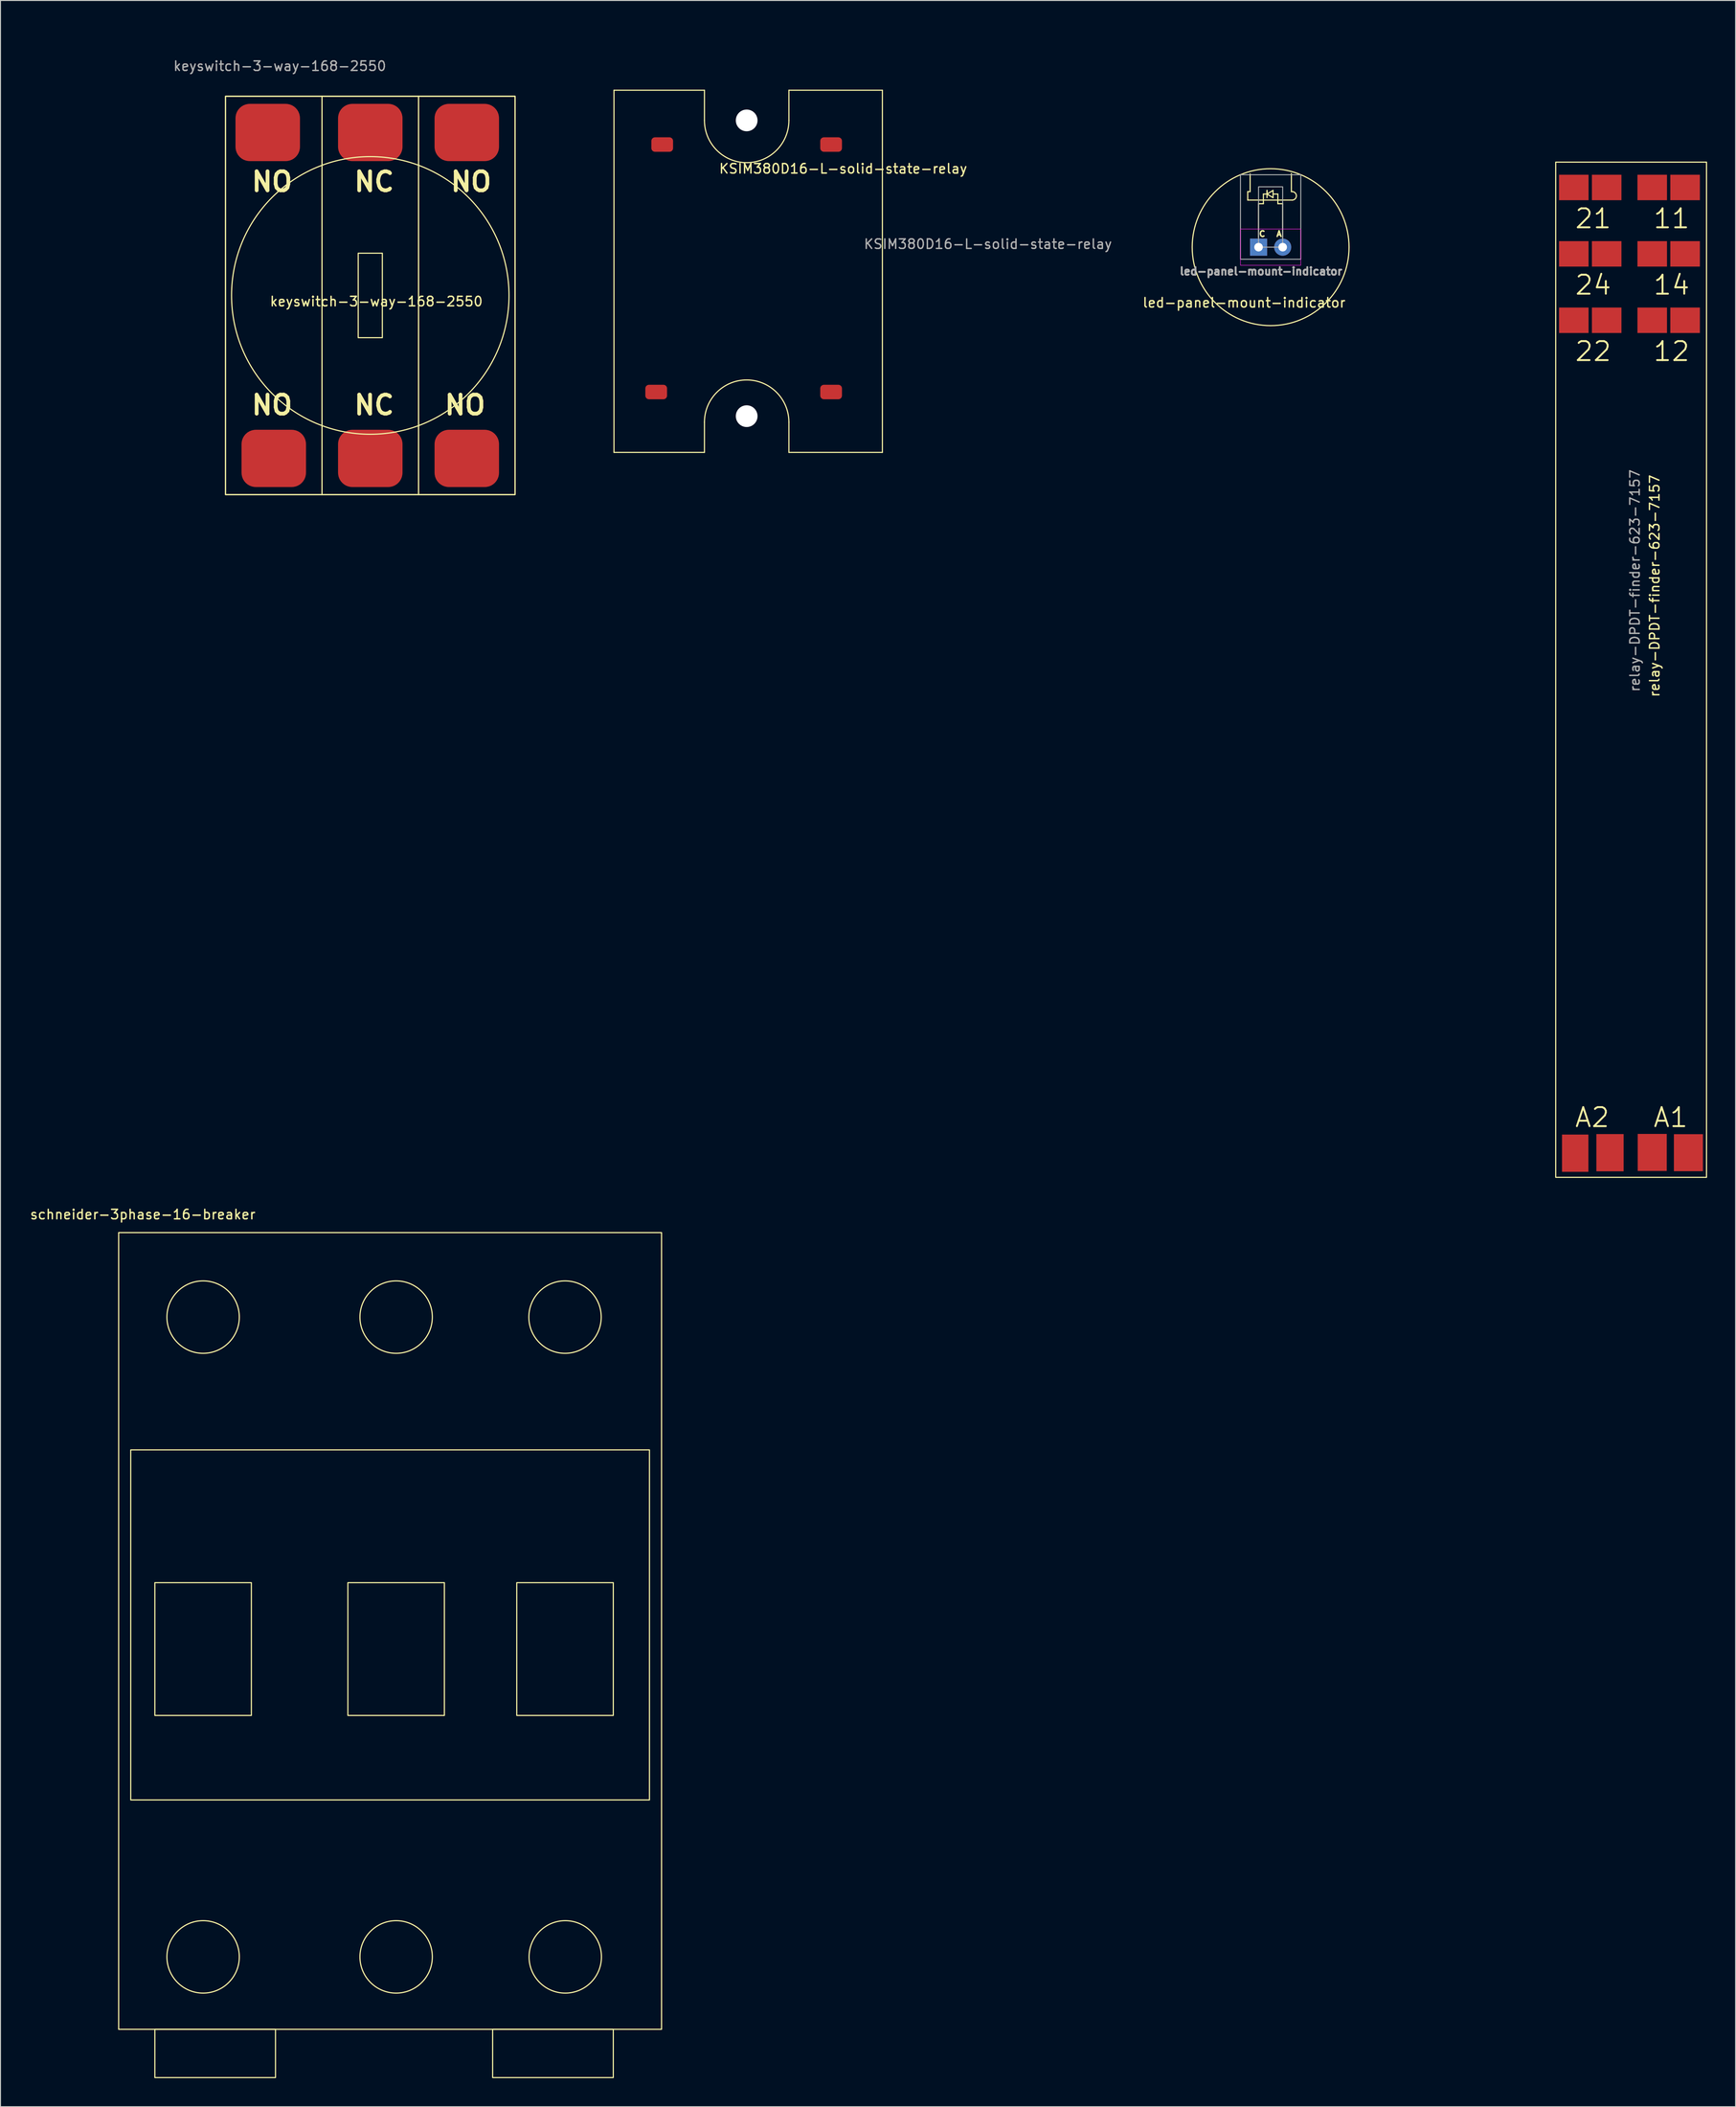
<source format=kicad_pcb>
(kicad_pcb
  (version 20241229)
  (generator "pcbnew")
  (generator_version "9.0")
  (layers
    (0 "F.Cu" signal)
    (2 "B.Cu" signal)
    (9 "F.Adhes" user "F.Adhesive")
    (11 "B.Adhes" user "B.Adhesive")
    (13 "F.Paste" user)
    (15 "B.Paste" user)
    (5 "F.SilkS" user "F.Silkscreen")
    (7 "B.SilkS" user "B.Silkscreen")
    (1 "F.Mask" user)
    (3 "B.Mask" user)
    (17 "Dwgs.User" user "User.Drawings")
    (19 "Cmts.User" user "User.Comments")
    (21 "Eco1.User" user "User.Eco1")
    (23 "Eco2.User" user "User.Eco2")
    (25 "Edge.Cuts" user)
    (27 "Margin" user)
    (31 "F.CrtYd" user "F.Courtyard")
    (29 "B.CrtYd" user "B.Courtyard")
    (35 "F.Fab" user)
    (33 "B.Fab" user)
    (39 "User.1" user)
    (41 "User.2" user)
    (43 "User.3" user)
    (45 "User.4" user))
  (footprint "led-panel-mount-indicator"
    (layer "F.Cu")
    (at 129.442 22.953)
    (property "Reference" "led-panel-mount-indicator" (at -1.524 5.842 0) (layer "F.SilkS") (effects (font (size 1 1) (thickness 0.15))))
    (attr through_hole)
    (fp_line (start -1.143 -4.953) (end -1.143 -5.842) (stroke (width 0.12) (type solid)) (layer "F.SilkS"))
    (fp_line (start -1.143 -4.953) (end 3.556 -4.953) (stroke (width 0.12) (type solid)) (layer "F.SilkS"))
    (fp_line (start -0.889 -7.699) (end -0.889 -5.842) (stroke (width 0.12) (type solid)) (layer "F.SilkS"))
    (fp_line (start -0.889 -5.842) (end -1.143 -5.842) (stroke (width 0.12) (type solid)) (layer "F.SilkS"))
    (fp_line (start 0 -4.572) (end 0 -1.016) (stroke (width 0.12) (type solid)) (layer "F.SilkS"))
    (fp_line (start 0.508 -5.588) (end 0.889 -5.588) (stroke (width 0.12) (type solid)) (layer "F.SilkS"))
    (fp_line (start 0.508 -4.572) (end 0 -4.572) (stroke (width 0.12) (type solid)) (layer "F.SilkS"))
    (fp_line (start 0.508 -4.572) (end 0.508 -5.588) (stroke (width 0.12) (type solid)) (layer "F.SilkS"))
    (fp_line (start 0.889 -5.969) (end 0.889 -5.207) (stroke (width 0.12) (type solid)) (layer "F.SilkS"))
    (fp_line (start 0.889 -5.588) (end 0.889 -5.969) (stroke (width 0.12) (type solid)) (layer "F.SilkS"))
    (fp_line (start 0.889 -5.588) (end 1.524 -5.207) (stroke (width 0.12) (type solid)) (layer "F.SilkS"))
    (fp_line (start 1.524 -5.969) (end 0.889 -5.588) (stroke (width 0.12) (type solid)) (layer "F.SilkS"))
    (fp_line (start 1.524 -5.588) (end 2.032 -5.588) (stroke (width 0.12) (type solid)) (layer "F.SilkS"))
    (fp_line (start 1.524 -5.207) (end 1.524 -5.969) (stroke (width 0.12) (type solid)) (layer "F.SilkS"))
    (fp_line (start 2.032 -4.572) (end 2.032 -5.588) (stroke (width 0.12) (type solid)) (layer "F.SilkS"))
    (fp_line (start 2.032 -4.572) (end 2.54 -4.572) (stroke (width 0.12) (type solid)) (layer "F.SilkS"))
    (fp_line (start 2.54 -4.572) (end 2.54 -1.016) (stroke (width 0.12) (type solid)) (layer "F.SilkS"))
    (fp_line (start 3.455 -7.747) (end 3.455 -5.842) (stroke (width 0.12) (type solid)) (layer "F.SilkS"))
    (fp_line (start 3.455 -5.842) (end 3.582 -5.842) (stroke (width 0.12) (type solid)) (layer "F.SilkS"))
    (fp_arc (start 3.581662 -5.842) (mid 3.980172 -5.385626) (end 3.556 -4.953) (stroke (width 0.12) (type solid)) (layer "F.SilkS"))
    (fp_circle (center 1.27 0) (end 9.525 0) (stroke (width 0.12) (type default)) (fill no) (layer "F.SilkS"))
    (fp_rect (start -1.905 -1.905) (end 4.445 1.905) (stroke (width 0.05) (type solid)) (fill no) (layer "F.CrtYd"))
    (fp_rect (start -1.905 1.27) (end 4.445 -7.62) (stroke (width 0.1) (type solid)) (fill no) (layer "F.Fab"))
    (fp_rect (start 0 -6.35) (end 2.54 0) (stroke (width 0.1) (type solid)) (fill no) (layer "F.Fab"))
    (fp_text user "C" (at 0.381 -1.397 0) (unlocked yes) (layer "F.SilkS") (effects (font (size 0.6 0.6) (thickness 0.15))))
    (fp_text user "A" (at 2.159 -1.397 0) (unlocked yes) (layer "F.SilkS") (effects (font (size 0.6 0.6) (thickness 0.15))))
    (fp_text user "${REFERENCE}" (at 0.254 2.54 0) (layer "F.Fab") (effects (font (size 0.8 0.8) (thickness 0.2))))
    (dimension (type aligned) (layer "User.1") (pts (xy 122.838 23.588) (xy 138.967 23.588)) (height -21.59) (format (prefix "") (suffix "") (units 3) (units_format 1) (precision 4)) (style (thickness 0.12) (arrow_length 1.27) (text_position_mode 0) (arrow_direction outward) (extension_height 0.586) (extension_offset 0.5) (keep_text_aligned yes)) (gr_text "16.1290 mm" (at 130.903 0.848 0) (layer "User.1") (effects (font (size 1 1) (thickness 0.15)))))
    (pad "1" thru_hole rect (at 0 0) (size 1.8 1.8) (drill 0.9) (layers "*.Cu" "*.Mask"))
    (pad "2" thru_hole circle (at 2.54 0) (size 1.8 1.8) (drill 0.9) (layers "*.Cu" "*.Mask")))
  (footprint "relay-DPDT-finder-623-7157"
    (layer "F.Cu")
    (at 168.344 23.659)
    (property "Reference" "relay-DPDT-finder-623-7157" (at 2.794 34.925 90) (unlocked yes) (layer "F.SilkS") (effects (font (size 1 1) (thickness 0.15))))
    (attr smd)
    (fp_rect (start -7.62 -9.652) (end 8.255 97.155) (stroke (width 0.12) (type default)) (fill no) (layer "F.SilkS"))
    (fp_text user "12" (at 2.54 11.43 0) (unlocked yes) (layer "F.SilkS") (effects (font (size 2 2) (thickness 0.2)) (justify left bottom)))
    (fp_text user "21" (at -5.715 -2.54 0) (unlocked yes) (layer "F.SilkS") (effects (font (size 2 2) (thickness 0.2)) (justify left bottom)))
    (fp_text user "14" (at 2.54 4.445 0) (unlocked yes) (layer "F.SilkS") (effects (font (size 2 2) (thickness 0.2)) (justify left bottom)))
    (fp_text user "A1" (at 2.54 92.022 0) (unlocked yes) (layer "F.SilkS") (effects (font (size 2 2) (thickness 0.2)) (justify left bottom)))
    (fp_text user "22" (at -5.715 11.43 0) (unlocked yes) (layer "F.SilkS") (effects (font (size 2 2) (thickness 0.2)) (justify left bottom)))
    (fp_text user "24" (at -5.715 4.445 0) (unlocked yes) (layer "F.SilkS") (effects (font (size 2 2) (thickness 0.2)) (justify left bottom)))
    (fp_text user "11" (at 2.54 -2.54 0) (unlocked yes) (layer "F.SilkS") (effects (font (size 2 2) (thickness 0.2)) (justify left bottom)))
    (fp_text user "A2" (at -5.715 92.022 0) (unlocked yes) (layer "F.SilkS") (effects (font (size 2 2) (thickness 0.2)) (justify left bottom)))
    (fp_text user "${REFERENCE}" (at 0.715 34.371 90) (layer "F.Fab") (effects (font (size 1 1) (thickness 0.15))))
    (dimension (type aligned) (layer "User.1") (pts (xy 160.724 120.814) (xy 160.724 14.134)) (height -12.136) (format (prefix "") (suffix "") (units 3) (units_format 1) (precision 4)) (style (thickness 0.12) (arrow_length 1.27) (text_position_mode 0) (arrow_direction outward) (extension_height 0.586) (extension_offset 0.5) (keep_text_aligned yes)) (gr_text "106.6800 mm" (at 147.438 67.474 90) (layer "User.1") (effects (font (size 1 1) (thickness 0.15)))))
    (dimension (type aligned) (layer "User.1") (pts (xy 160.724 14.134) (xy 176.599 14.134)) (height -12.136) (format (prefix "") (suffix "") (units 3) (units_format 1) (precision 4)) (style (thickness 0.12) (arrow_length 1.27) (text_position_mode 0) (arrow_direction outward) (extension_height 0.586) (extension_offset 0.5) (keep_text_aligned yes)) (gr_text "15.8750 mm" (at 168.661 0.848 0) (layer "User.1") (effects (font (size 1 1) (thickness 0.15)))))
    (pad "11" smd rect (at 2.54 -6.985) (size 3.109 2.678) (layers "F.Cu" "F.Mask" "F.Paste"))
    (pad "11" smd rect (at 6 -6.985) (size 3.109 2.678) (layers "F.Cu" "F.Mask" "F.Paste"))
    (pad "12" smd rect (at 2.54 6.985) (size 3.109 2.678) (layers "F.Cu" "F.Mask" "F.Paste"))
    (pad "12" smd rect (at 6 6.985) (size 3.109 2.678) (layers "F.Cu" "F.Mask" "F.Paste"))
    (pad "14" smd rect (at 2.54 0) (size 3.109 2.678) (layers "F.Cu" "F.Mask" "F.Paste"))
    (pad "14" smd rect (at 6 0) (size 3.109 2.678) (layers "F.Cu" "F.Mask" "F.Paste"))
    (pad "21" smd rect (at -5.715 -6.985) (size 3.109 2.678) (layers "F.Cu" "F.Mask" "F.Paste"))
    (pad "21" smd rect (at -2.255 -6.985) (size 3.109 2.678) (layers "F.Cu" "F.Mask" "F.Paste"))
    (pad "22" smd rect (at -5.715 6.985) (size 3.109 2.678) (layers "F.Cu" "F.Mask" "F.Paste"))
    (pad "22" smd rect (at -2.255 6.985) (size 3.109 2.678) (layers "F.Cu" "F.Mask" "F.Paste"))
    (pad "24" smd rect (at -5.715 0) (size 3.109 2.678) (layers "F.Cu" "F.Mask" "F.Paste"))
    (pad "24" smd rect (at -2.255 0) (size 3.109 2.678) (layers "F.Cu" "F.Mask" "F.Paste"))
    (pad "A1" smd rect (at 2.54 94.535) (size 3.056 3.895) (layers "F.Cu" "F.Mask" "F.Paste"))
    (pad "A1" smd rect (at 6.35 94.562) (size 3.056 3.895) (layers "F.Cu" "F.Mask" "F.Paste"))
    (pad "A2" smd rect (at -5.567 94.615) (size 2.779 3.917) (layers "F.Cu" "F.Mask" "F.Paste"))
    (pad "A2" smd rect (at -1.905 94.562) (size 2.867 3.917) (layers "F.Cu" "F.Mask" "F.Paste")))
  (footprint "KSIM380D16-L-solid-state-relay"
    (layer "F.Cu")
    (at 75.554 14.698)
    (property "Reference" "KSIM380D16-L-solid-state-relay" (at 10.16 0 0) (layer "F.SilkS") (effects (font (size 1 1) (thickness 0.15))))
    (attr smd)
    (fp_line (start -13.97 -8.255) (end -13.97 29.845) (stroke (width 0.12) (type default)) (layer "F.SilkS"))
    (fp_line (start -13.97 29.845) (end -4.445 29.845) (stroke (width 0.12) (type default)) (layer "F.SilkS"))
    (fp_line (start -4.445 -8.255) (end -13.97 -8.255) (stroke (width 0.12) (type default)) (layer "F.SilkS"))
    (fp_line (start -4.445 -5.08) (end -4.445 -8.255) (stroke (width 0.12) (type default)) (layer "F.SilkS"))
    (fp_line (start -4.445 29.845) (end -4.445 26.67) (stroke (width 0.12) (type default)) (layer "F.SilkS"))
    (fp_line (start 4.445 -5.08) (end 4.445 -8.255) (stroke (width 0.12) (type default)) (layer "F.SilkS"))
    (fp_line (start 4.445 26.67) (end 4.445 29.845) (stroke (width 0.12) (type default)) (layer "F.SilkS"))
    (fp_line (start 4.445 29.845) (end 14.287 29.845) (stroke (width 0.12) (type default)) (layer "F.SilkS"))
    (fp_line (start 14.287 -8.255) (end 4.445 -8.255) (stroke (width 0.12) (type default)) (layer "F.SilkS"))
    (fp_line (start 14.287 29.845) (end 14.287 -8.255) (stroke (width 0.12) (type default)) (layer "F.SilkS"))
    (fp_arc (start -4.445 26.67) (mid 0 22.225) (end 4.445 26.67) (stroke (width 0.12) (type default)) (layer "F.SilkS"))
    (fp_arc (start 4.445 -5.08) (mid 0 -0.635) (end -4.445 -5.08) (stroke (width 0.12) (type default)) (layer "F.SilkS"))
    (fp_text user "${REFERENCE}" (at 25.4 7.93 0) (layer "F.Fab") (effects (font (size 1 1) (thickness 0.15))))
    (dimension (type aligned) (layer "User.1") (pts (xy 75.554 9.618) (xy 75.554 40.733)) (height 0) (format (prefix "") (suffix "") (units 3) (units_format 1) (precision 4)) (style (thickness 0.12) (arrow_length 1.27) (text_position_mode 0) (arrow_direction outward) (extension_height 0.586) (extension_offset 0.5) (keep_text_aligned yes)) (gr_text "31.1150 mm" (at 74.404 25.176 90) (layer "User.1") (effects (font (size 1 1) (thickness 0.15)))))
    (dimension (type aligned) (layer "User.1") (pts (xy 61.584 6.443) (xy 89.842 6.443)) (height -4.445) (format (prefix "") (suffix "") (units 3) (units_format 1) (precision 4)) (style (thickness 0.12) (arrow_length 1.27) (text_position_mode 0) (arrow_direction outward) (extension_height 0.586) (extension_offset 0.5) (keep_text_aligned yes)) (gr_text "28.2575 mm" (at 75.713 0.848 0) (layer "User.1") (effects (font (size 1 1) (thickness 0.15)))))
    (dimension (type aligned) (layer "User.1") (pts (xy 60.314 6.443) (xy 60.314 44.543)) (height 0) (format (prefix "") (suffix "") (units 3) (units_format 1) (precision 4)) (style (thickness 0.12) (arrow_length 1.27) (text_position_mode 0) (arrow_direction outward) (extension_height 0.586) (extension_offset 0.5) (keep_text_aligned yes)) (gr_text "38.1000 mm" (at 59.164 25.493 90) (layer "User.1") (effects (font (size 1 1) (thickness 0.15)))))
    (pad "" np_thru_hole circle (at 0 -5.08) (size 2.286 2.286) (drill 3.6) (layers "*.Cu" "*.Mask"))
    (pad "" np_thru_hole circle (at 0 26.035) (size 2.286 2.286) (drill 3.6) (layers "*.Cu" "*.Mask"))
    (pad "1" smd roundrect (at -8.89 -2.54) (size 2.286 1.524) (layers "F.Cu" "F.Mask" "F.Paste") (roundrect_rratio 0.25))
    (pad "2" smd roundrect (at 8.89 -2.54) (size 2.286 1.524) (layers "F.Cu" "F.Mask" "F.Paste") (roundrect_rratio 0.25))
    (pad "3" smd roundrect (at -9.525 23.495) (size 2.286 1.524) (layers "F.Cu" "F.Mask" "F.Paste") (roundrect_rratio 0.25))
    (pad "4" smd roundrect (at 8.89 23.495) (size 2.286 1.524) (layers "F.Cu" "F.Mask" "F.Paste") (roundrect_rratio 0.25)))
  (footprint "keyswitch-3-way-168-2550"
    (layer "F.Cu")
    (at 35.93 28.033)
    (property "Reference" "keyswitch-3-way-168-2550" (at 0.635 0.635 0) (layer "F.SilkS") (effects (font (size 1 1) (thickness 0.15))))
    (attr smd)
    (fp_rect (start -15.24 -20.955) (end -5.08 20.955) (stroke (width 0.12) (type default)) (fill no) (layer "F.SilkS"))
    (fp_rect (start -15.24 -20.955) (end 15.24 20.955) (stroke (width 0.12) (type default)) (fill no) (layer "F.SilkS"))
    (fp_rect (start -5.08 -20.955) (end 5.08 20.955) (stroke (width 0.12) (type default)) (fill no) (layer "F.SilkS"))
    (fp_rect (start -1.27 -4.445) (end 1.27 4.445) (stroke (width 0.12) (type default)) (fill no) (layer "F.SilkS"))
    (fp_rect (start 5.08 -20.955) (end 15.24 20.955) (stroke (width 0.12) (type default)) (fill no) (layer "F.SilkS"))
    (fp_circle (center 0 0) (end 14.605 0) (stroke (width 0.12) (type default)) (fill no) (layer "F.SilkS"))
    (fp_text user "NC" (at -1.905 12.7 0) (unlocked yes) (layer "F.SilkS") (effects (font (size 2 2) (thickness 0.4) (bold yes)) (justify left bottom)))
    (fp_text user "NO" (at 8.255 -10.795 0) (unlocked yes) (layer "F.SilkS") (effects (font (size 2 2) (thickness 0.4) (bold yes)) (justify left bottom)))
    (fp_text user "NO" (at -12.7 12.7 0) (unlocked yes) (layer "F.SilkS") (effects (font (size 2 2) (thickness 0.4) (bold yes)) (justify left bottom)))
    (fp_text user "NO" (at 7.62 12.7 0) (unlocked yes) (layer "F.SilkS") (effects (font (size 2 2) (thickness 0.4) (bold yes)) (justify left bottom)))
    (fp_text user "NO" (at -12.7 -10.795 0) (unlocked yes) (layer "F.SilkS") (effects (font (size 2 2) (thickness 0.4) (bold yes)) (justify left bottom)))
    (fp_text user "NC" (at -1.905 -10.795 0) (unlocked yes) (layer "F.SilkS") (effects (font (size 2 2) (thickness 0.4) (bold yes)) (justify left bottom)))
    (fp_text user "${REFERENCE}" (at -9.525 -24.13 0) (layer "F.Fab") (effects (font (size 1 1) (thickness 0.15))))
    (dimension (type aligned) (layer "User.1") (pts (xy 21.579 28.033) (xy 50.408 28.033)) (height 0) (format (prefix "") (suffix "") (units 3) (units_format 1) (precision 4)) (style (thickness 0.12) (arrow_length 1.27) (text_position_mode 0) (arrow_direction outward) (extension_height 0.586) (extension_offset 0.5) (keep_text_aligned yes)) (gr_text "28.8290 mm" (at 35.993 26.883 0) (layer "User.1") (effects (font (size 1 1) (thickness 0.15)))))
    (dimension (type aligned) (layer "User.1") (pts (xy 20.69 7.078) (xy 20.69 48.988)) (height 14.605) (format (prefix "") (suffix "") (units 3) (units_format 1) (precision 4)) (style (thickness 0.12) (arrow_length 1.27) (text_position_mode 0) (arrow_direction outward) (extension_height 0.586) (extension_offset 0.5) (keep_text_aligned yes)) (gr_text "41.9100 mm" (at 4.935 28.033 90) (layer "User.1") (effects (font (size 1 1) (thickness 0.15)))))
    (dimension (type aligned) (layer "User.1") (pts (xy 20.69 7.078) (xy 51.17 7.078)) (height -5.08) (format (prefix "") (suffix "") (units 3) (units_format 1) (precision 4)) (style (thickness 0.12) (arrow_length 1.27) (text_position_mode 0) (arrow_direction outward) (extension_height 0.586) (extension_offset 0.5) (keep_text_aligned yes)) (gr_text "30.4800 mm" (at 35.93 0.848 0) (layer "User.1") (effects (font (size 1 1) (thickness 0.15)))))
    (pad "1" smd roundrect (at 0 -17.145) (size 6.787 6.025) (layers "F.Cu" "F.Mask" "F.Paste") (roundrect_rratio 0.25))
    (pad "2" smd roundrect (at 0 17.145) (size 6.787 6.025) (layers "F.Cu" "F.Mask" "F.Paste") (roundrect_rratio 0.25))
    (pad "3" smd roundrect (at -10.16 17.145) (size 6.787 6.025) (layers "F.Cu" "F.Mask" "F.Paste") (roundrect_rratio 0.25))
    (pad "3" smd roundrect (at 10.16 17.145) (size 6.787 6.025) (layers "F.Cu" "F.Mask" "F.Paste") (roundrect_rratio 0.25))
    (pad "4" smd roundrect (at -10.795 -17.145) (size 6.787 6.025) (layers "F.Cu" "F.Mask" "F.Paste") (roundrect_rratio 0.25))
    (pad "4" smd roundrect (at 10.16 -17.145) (size 6.787 6.025) (layers "F.Cu" "F.Mask" "F.Paste") (roundrect_rratio 0.25)))
  (footprint "schneider-3phase-16-breaker"
    (layer "F.Cu")
    (at 38.652 169.807)
    (property "Reference" "schneider-3phase-16-breaker" (at -26.67 -45.085 0) (layer "F.SilkS") (effects (font (size 1 1) (thickness 0.15))))
    (attr smd)
    (fp_rect (start -29.21 -43.18) (end 27.94 40.64) (stroke (width 0.12) (type default)) (fill no) (layer "F.SilkS"))
    (fp_rect (start -27.94 -20.32) (end 26.67 16.51) (stroke (width 0.12) (type default)) (fill no) (layer "F.SilkS"))
    (fp_rect (start -25.4 -6.35) (end -15.24 7.62) (stroke (width 0.12) (type default)) (fill no) (layer "F.SilkS"))
    (fp_rect (start -25.4 40.64) (end -12.7 45.72) (stroke (width 0.12) (type default)) (fill no) (layer "F.SilkS"))
    (fp_rect (start -5.08 -6.35) (end 5.08 7.62) (stroke (width 0.12) (type default)) (fill no) (layer "F.SilkS"))
    (fp_rect (start 10.16 40.64) (end 22.86 45.72) (stroke (width 0.12) (type default)) (fill no) (layer "F.SilkS"))
    (fp_rect (start 12.7 -6.35) (end 22.86 7.62) (stroke (width 0.12) (type default)) (fill no) (layer "F.SilkS"))
    (fp_circle (center -20.32 -34.29) (end -16.51 -34.29) (stroke (width 0.12) (type default)) (fill no) (layer "F.SilkS"))
    (fp_circle (center -20.32 33.02) (end -16.51 33.02) (stroke (width 0.12) (type default)) (fill no) (layer "F.SilkS"))
    (fp_circle (center 0 -34.29) (end 3.81 -34.29) (stroke (width 0.12) (type default)) (fill no) (layer "F.SilkS"))
    (fp_circle (center 0 33.02) (end 3.81 33.02) (stroke (width 0.12) (type default)) (fill no) (layer "F.SilkS"))
    (fp_circle (center 17.78 -34.29) (end 21.59 -34.29) (stroke (width 0.12) (type default)) (fill no) (layer "F.SilkS"))
    (fp_circle (center 17.804 33.02) (end 21.614 33.02) (stroke (width 0.12) (type default)) (fill no) (layer "F.SilkS"))
    (fp_rect (start -30.48 -11.43) (end 29.21 8.89) (stroke (width 0.12) (type default)) (fill no) (layer "User.5")))
  (gr_rect
    (start -3 -3)
    (end 179.659 218.587)
    (stroke (width 0.1) (type default))
    (fill no)
    (layer "Edge.Cuts")))
</source>
